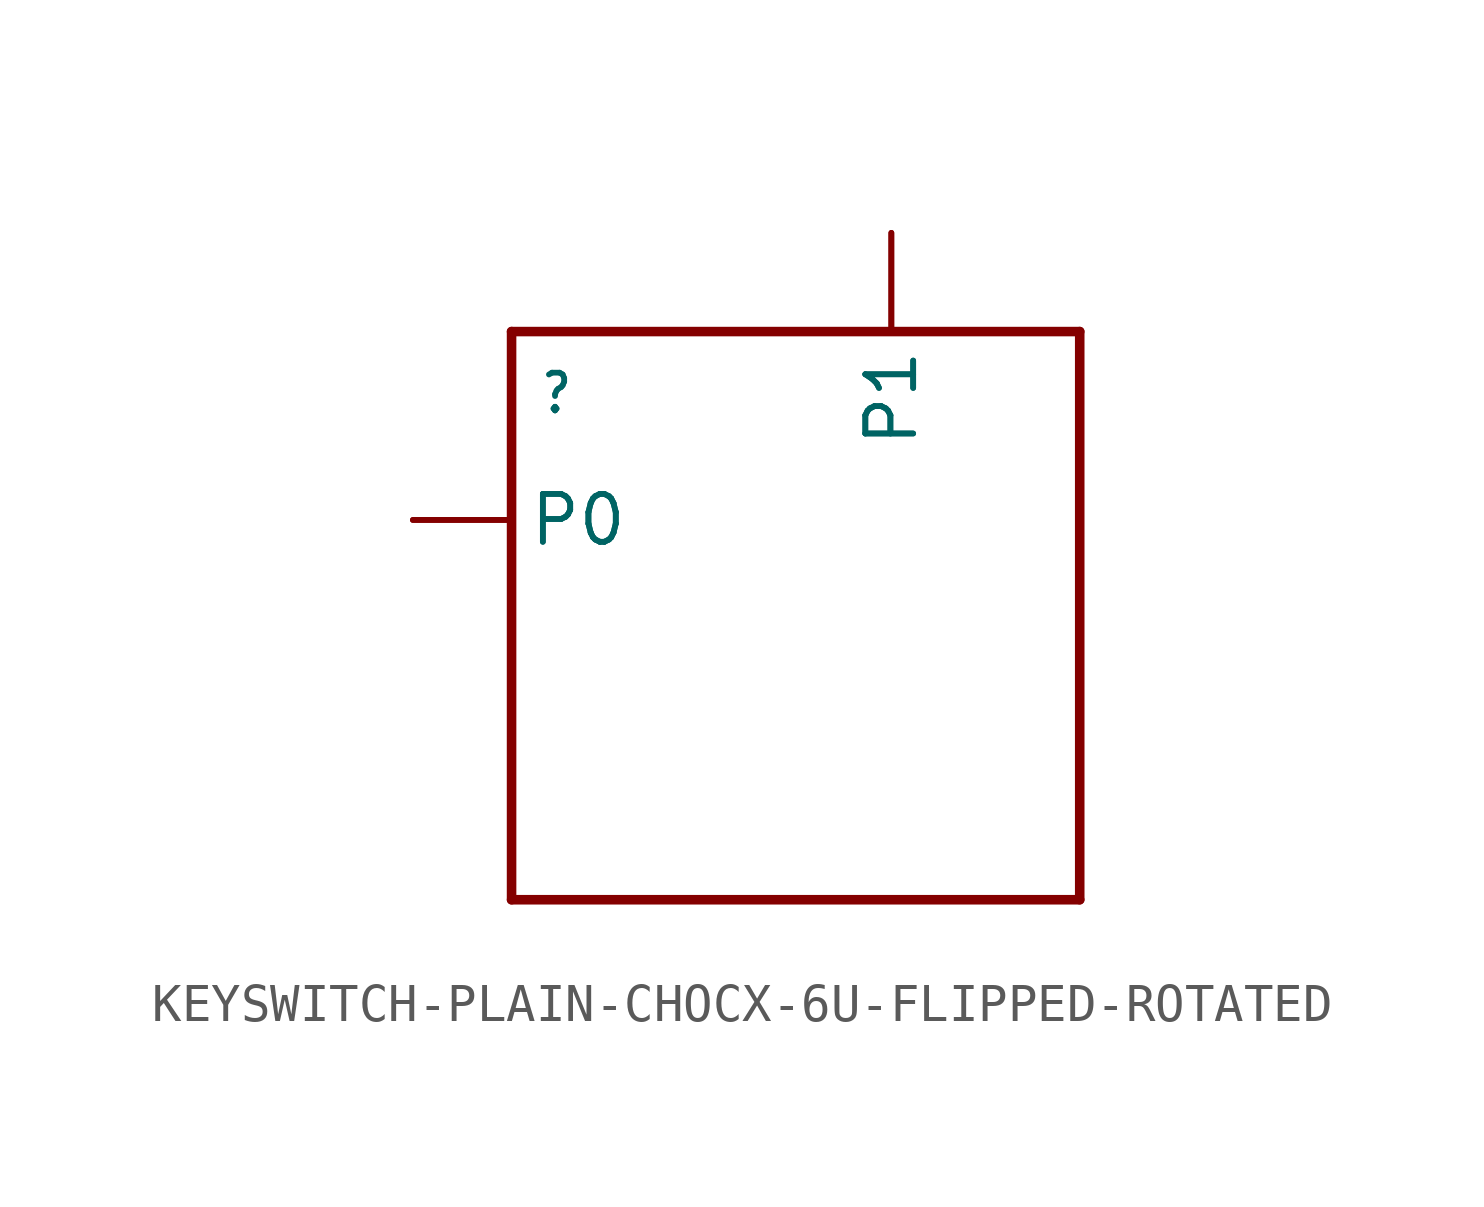
<source format=kicad_sym>
(kicad_symbol_lib
  (version 20211014)
  (generator kicad_symbol_editor)
  (symbol "KEYSWITCH-PLAIN-CHOCX-6U-FLIPPED-ROTATED"
    (property "Reference" ""
      (at -6.81 5.318 0)
      (effects (font (size 1 0.85)) (justify left bottom)))
    (property "ki_locked" ""
      (at 0 0 0)
      (effects (font (size 1.27 1.27))))
    (symbol "KEYSWITCH-PLAIN-CHOCX-6U-FLIPPED-ROTATED_1_0"
      (polyline (pts (xy -7.54 -7.54) (xy -7.54 7.54)) (stroke (width 0.254) (type default) (color 0 0 0 0)) (fill (type none)))
      (polyline (pts (xy -7.54 7.54) (xy 7.54 7.54)) (stroke (width 0.254) (type default) (color 0 0 0 0)) (fill (type none)))
      (polyline (pts (xy 7.54 -7.54) (xy -7.54 -7.54)) (stroke (width 0.254) (type default) (color 0 0 0 0)) (fill (type none)))
      (polyline (pts (xy 7.54 7.54) (xy 7.54 -7.54)) (stroke (width 0.254) (type default) (color 0 0 0 0)) (fill (type none)))
      (pin bidirectional line (at -10.16 2.54 0) (length 2.54) (name "P0" (effects (font (size 1.27 1.27)))) (number "CHOC1" (effects (font (size 0 0)))))
      (pin bidirectional line (at 2.54 10.16 270) (length 2.54) (name "P1" (effects (font (size 1.27 1.27)))) (number "CHOC2" (effects (font (size 0 0)))))
      (pin bidirectional line (at -10.16 2.54 0) (length 2.54) (name "P0" (effects (font (size 1.27 1.27)))) (number "X1" (effects (font (size 0 0)))))
      (pin bidirectional line (at 2.54 10.16 270) (length 2.54) (name "P1" (effects (font (size 1.27 1.27)))) (number "X2" (effects (font (size 0 0))))))))
</source>
